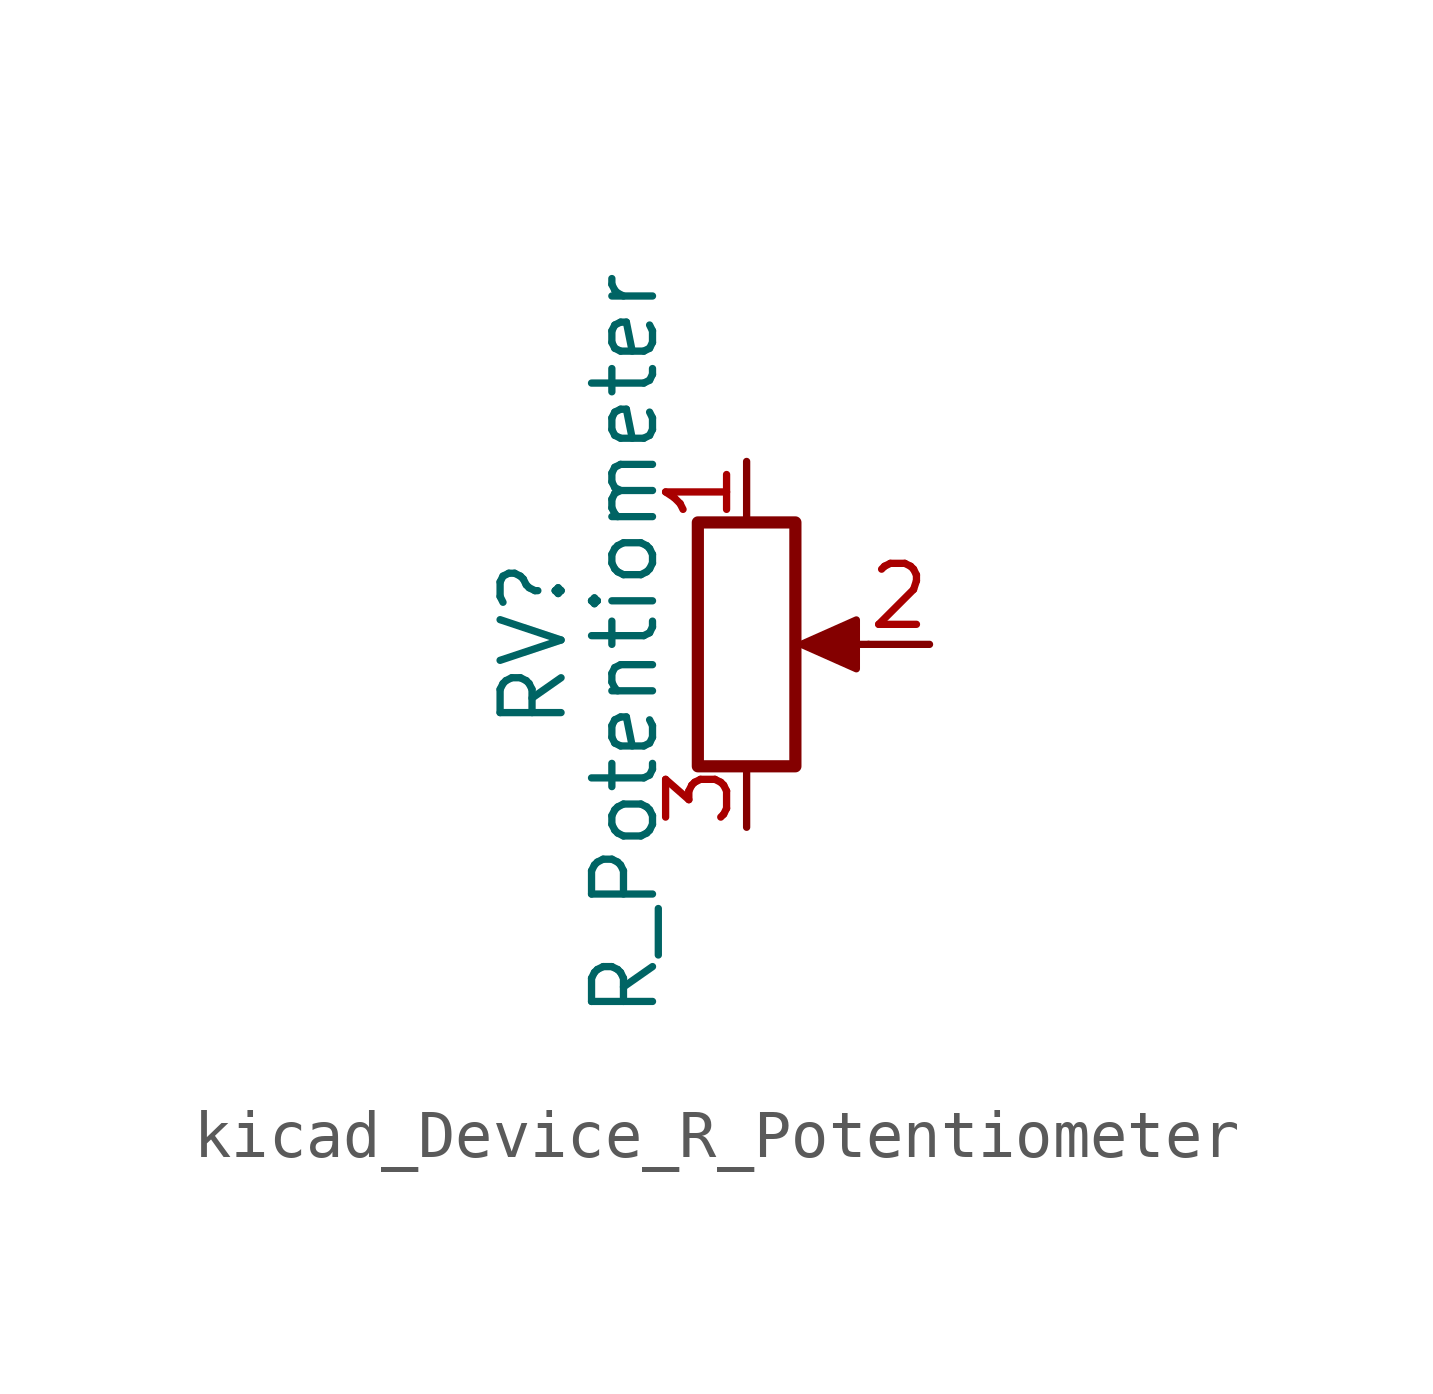
<source format=kicad_sym>
(kicad_symbol_lib
  (version 20220914)
  (generator kicad_symbol_editor)
  (symbol "kicad_Device_R_Potentiometer"
    (pin_names
      (offset 1.016) hide)
    (property "Reference" "RV"
      (at -4.445 0 90)
      (effects (font (size 1.27 1.27))))
    (property "Value" "R_Potentiometer"
      (at -2.54 0 90)
      (effects (font (size 1.27 1.27))))
    (symbol "kicad_Device_R_Potentiometer_0_1"
      (polyline (pts (xy 2.54 0) (xy 1.524 0)) (stroke (width 0) (type default)) (fill (type none)))
      (polyline (pts (xy 1.143 0) (xy 2.286 0.508) (xy 2.286 -0.508) (xy 1.143 0)) (stroke (width 0) (type default)) (fill (type outline)))
      (rectangle (start 1.016 2.54) (end -1.016 -2.54) (stroke (width 0.254) (type default)) (fill (type none))))
    (symbol "kicad_Device_R_Potentiometer_1_1"
      (pin passive line (at 0 3.81 270) (length 1.27) (name "1" (effects (font (size 1.27 1.27)))) (number "1" (effects (font (size 1.27 1.27)))))
      (pin passive line (at 3.81 0 180) (length 1.27) (name "2" (effects (font (size 1.27 1.27)))) (number "2" (effects (font (size 1.27 1.27)))))
      (pin passive line (at 0 -3.81 90) (length 1.27) (name "3" (effects (font (size 1.27 1.27)))) (number "3" (effects (font (size 1.27 1.27))))))))
</source>
